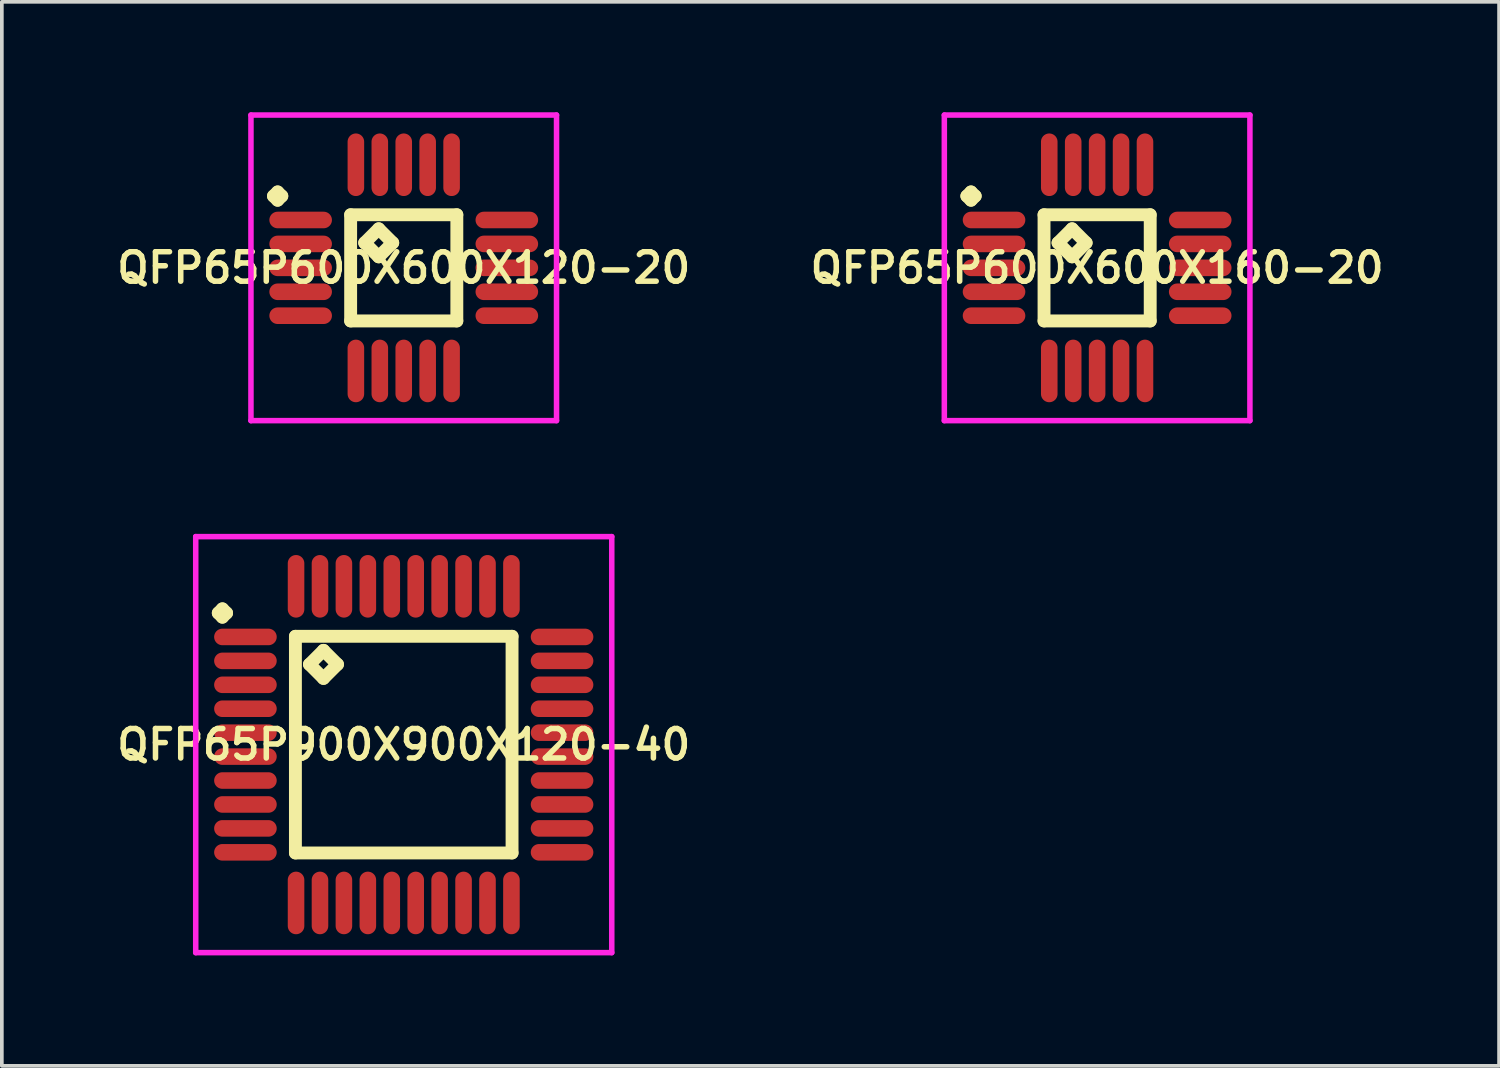
<source format=kicad_pcb>
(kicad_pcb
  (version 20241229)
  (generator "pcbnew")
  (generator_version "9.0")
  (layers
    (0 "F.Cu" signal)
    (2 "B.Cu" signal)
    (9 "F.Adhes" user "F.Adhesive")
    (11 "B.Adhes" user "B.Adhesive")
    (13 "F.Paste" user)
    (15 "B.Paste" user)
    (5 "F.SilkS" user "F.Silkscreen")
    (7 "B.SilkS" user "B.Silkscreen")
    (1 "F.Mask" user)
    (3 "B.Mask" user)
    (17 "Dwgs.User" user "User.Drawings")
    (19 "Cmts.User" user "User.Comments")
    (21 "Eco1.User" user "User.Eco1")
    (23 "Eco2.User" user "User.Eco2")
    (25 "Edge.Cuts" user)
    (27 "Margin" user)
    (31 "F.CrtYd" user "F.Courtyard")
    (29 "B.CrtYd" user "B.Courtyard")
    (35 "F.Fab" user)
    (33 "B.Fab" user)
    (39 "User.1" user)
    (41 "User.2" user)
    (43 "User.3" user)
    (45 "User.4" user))
  (footprint "QFP65P900X900X120-40"
    (layer "F.Cu")
    (at 7.916 17.175)
    (property "Reference" "QFP65P900X900X120-40" (at 0 0 0) (layer "F.SilkS") (effects (font (size 0.8 0.8) (thickness 0.15))))
    (attr through_hole)
    (fp_line (start -5.037 -3.575) (end -4.925 -3.688) (stroke (width 0.35) (type solid)) (layer "F.SilkS"))
    (fp_line (start -4.925 -3.688) (end -4.812 -3.575) (stroke (width 0.35) (type solid)) (layer "F.SilkS"))
    (fp_line (start -4.925 -3.462) (end -5.037 -3.575) (stroke (width 0.35) (type solid)) (layer "F.SilkS"))
    (fp_line (start -4.812 -3.575) (end -4.925 -3.462) (stroke (width 0.35) (type solid)) (layer "F.SilkS"))
    (fp_line (start -2.942 -2.942) (end -2.942 2.942) (stroke (width 0.35) (type solid)) (layer "F.SilkS"))
    (fp_line (start -2.942 2.942) (end 2.942 2.942) (stroke (width 0.35) (type solid)) (layer "F.SilkS"))
    (fp_line (start -2.561 -2.18) (end -2.18 -2.561) (stroke (width 0.35) (type solid)) (layer "F.SilkS"))
    (fp_line (start -2.18 -2.561) (end -1.799 -2.18) (stroke (width 0.35) (type solid)) (layer "F.SilkS"))
    (fp_line (start -2.18 -1.799) (end -2.561 -2.18) (stroke (width 0.35) (type solid)) (layer "F.SilkS"))
    (fp_line (start -1.799 -2.18) (end -2.18 -1.799) (stroke (width 0.35) (type solid)) (layer "F.SilkS"))
    (fp_line (start 2.942 -2.942) (end -2.942 -2.942) (stroke (width 0.35) (type solid)) (layer "F.SilkS"))
    (fp_line (start 2.942 2.942) (end 2.942 -2.942) (stroke (width 0.35) (type solid)) (layer "F.SilkS"))
    (fp_line (start -5.65 -5.65) (end 5.65 -5.65) (stroke (width 0.15) (type solid)) (layer "F.CrtYd"))
    (fp_line (start -5.65 5.65) (end -5.65 -5.65) (stroke (width 0.15) (type solid)) (layer "F.CrtYd"))
    (fp_line (start 5.65 -5.65) (end 5.65 5.65) (stroke (width 0.15) (type solid)) (layer "F.CrtYd"))
    (fp_line (start 5.65 5.65) (end -5.65 5.65) (stroke (width 0.15) (type solid)) (layer "F.CrtYd"))
    (pad "1" smd oval (at -4.3 -2.925) (size 1.7 0.45) (layers "F.Cu" "F.Mask" "F.Paste"))
    (pad "2" smd oval (at -4.3 -2.275) (size 1.7 0.45) (layers "F.Cu" "F.Mask" "F.Paste"))
    (pad "3" smd oval (at -4.3 -1.625) (size 1.7 0.45) (layers "F.Cu" "F.Mask" "F.Paste"))
    (pad "4" smd oval (at -4.3 -0.975) (size 1.7 0.45) (layers "F.Cu" "F.Mask" "F.Paste"))
    (pad "5" smd oval (at -4.3 -0.325) (size 1.7 0.45) (layers "F.Cu" "F.Mask" "F.Paste"))
    (pad "6" smd oval (at -4.3 0.325) (size 1.7 0.45) (layers "F.Cu" "F.Mask" "F.Paste"))
    (pad "7" smd oval (at -4.3 0.975) (size 1.7 0.45) (layers "F.Cu" "F.Mask" "F.Paste"))
    (pad "8" smd oval (at -4.3 1.625) (size 1.7 0.45) (layers "F.Cu" "F.Mask" "F.Paste"))
    (pad "9" smd oval (at -4.3 2.275) (size 1.7 0.45) (layers "F.Cu" "F.Mask" "F.Paste"))
    (pad "10" smd oval (at -4.3 2.925) (size 1.7 0.45) (layers "F.Cu" "F.Mask" "F.Paste"))
    (pad "11" smd oval (at -2.925 4.3) (size 0.45 1.7) (layers "F.Cu" "F.Mask" "F.Paste"))
    (pad "12" smd oval (at -2.275 4.3) (size 0.45 1.7) (layers "F.Cu" "F.Mask" "F.Paste"))
    (pad "13" smd oval (at -1.625 4.3) (size 0.45 1.7) (layers "F.Cu" "F.Mask" "F.Paste"))
    (pad "14" smd oval (at -0.975 4.3) (size 0.45 1.7) (layers "F.Cu" "F.Mask" "F.Paste"))
    (pad "15" smd oval (at -0.325 4.3) (size 0.45 1.7) (layers "F.Cu" "F.Mask" "F.Paste"))
    (pad "16" smd oval (at 0.325 4.3) (size 0.45 1.7) (layers "F.Cu" "F.Mask" "F.Paste"))
    (pad "17" smd oval (at 0.975 4.3) (size 0.45 1.7) (layers "F.Cu" "F.Mask" "F.Paste"))
    (pad "18" smd oval (at 1.625 4.3) (size 0.45 1.7) (layers "F.Cu" "F.Mask" "F.Paste"))
    (pad "19" smd oval (at 2.275 4.3) (size 0.45 1.7) (layers "F.Cu" "F.Mask" "F.Paste"))
    (pad "20" smd oval (at 2.925 4.3) (size 0.45 1.7) (layers "F.Cu" "F.Mask" "F.Paste"))
    (pad "21" smd oval (at 4.3 2.925) (size 1.7 0.45) (layers "F.Cu" "F.Mask" "F.Paste"))
    (pad "22" smd oval (at 4.3 2.275) (size 1.7 0.45) (layers "F.Cu" "F.Mask" "F.Paste"))
    (pad "23" smd oval (at 4.3 1.625) (size 1.7 0.45) (layers "F.Cu" "F.Mask" "F.Paste"))
    (pad "24" smd oval (at 4.3 0.975) (size 1.7 0.45) (layers "F.Cu" "F.Mask" "F.Paste"))
    (pad "25" smd oval (at 4.3 0.325) (size 1.7 0.45) (layers "F.Cu" "F.Mask" "F.Paste"))
    (pad "26" smd oval (at 4.3 -0.325) (size 1.7 0.45) (layers "F.Cu" "F.Mask" "F.Paste"))
    (pad "27" smd oval (at 4.3 -0.975) (size 1.7 0.45) (layers "F.Cu" "F.Mask" "F.Paste"))
    (pad "28" smd oval (at 4.3 -1.625) (size 1.7 0.45) (layers "F.Cu" "F.Mask" "F.Paste"))
    (pad "29" smd oval (at 4.3 -2.275) (size 1.7 0.45) (layers "F.Cu" "F.Mask" "F.Paste"))
    (pad "30" smd oval (at 4.3 -2.925) (size 1.7 0.45) (layers "F.Cu" "F.Mask" "F.Paste"))
    (pad "31" smd oval (at 2.925 -4.3) (size 0.45 1.7) (layers "F.Cu" "F.Mask" "F.Paste"))
    (pad "32" smd oval (at 2.275 -4.3) (size 0.45 1.7) (layers "F.Cu" "F.Mask" "F.Paste"))
    (pad "33" smd oval (at 1.625 -4.3) (size 0.45 1.7) (layers "F.Cu" "F.Mask" "F.Paste"))
    (pad "34" smd oval (at 0.975 -4.3) (size 0.45 1.7) (layers "F.Cu" "F.Mask" "F.Paste"))
    (pad "35" smd oval (at 0.325 -4.3) (size 0.45 1.7) (layers "F.Cu" "F.Mask" "F.Paste"))
    (pad "36" smd oval (at -0.325 -4.3) (size 0.45 1.7) (layers "F.Cu" "F.Mask" "F.Paste"))
    (pad "37" smd oval (at -0.975 -4.3) (size 0.45 1.7) (layers "F.Cu" "F.Mask" "F.Paste"))
    (pad "38" smd oval (at -1.625 -4.3) (size 0.45 1.7) (layers "F.Cu" "F.Mask" "F.Paste"))
    (pad "39" smd oval (at -2.275 -4.3) (size 0.45 1.7) (layers "F.Cu" "F.Mask" "F.Paste"))
    (pad "40" smd oval (at -2.925 -4.3) (size 0.45 1.7) (layers "F.Cu" "F.Mask" "F.Paste")))
  (footprint "QFP65P600X600X120-20"
    (layer "F.Cu")
    (at 7.916 4.225)
    (property "Reference" "QFP65P600X600X120-20" (at 0 0 0) (layer "F.SilkS") (effects (font (size 0.8 0.8) (thickness 0.15))))
    (attr smd)
    (fp_line (start -3.538 -1.95) (end -3.425 -2.062) (stroke (width 0.35) (type solid)) (layer "F.SilkS"))
    (fp_line (start -3.425 -2.062) (end -3.312 -1.95) (stroke (width 0.35) (type solid)) (layer "F.SilkS"))
    (fp_line (start -3.425 -1.837) (end -3.538 -1.95) (stroke (width 0.35) (type solid)) (layer "F.SilkS"))
    (fp_line (start -3.312 -1.95) (end -3.425 -1.837) (stroke (width 0.35) (type solid)) (layer "F.SilkS"))
    (fp_line (start -1.442 -1.442) (end -1.442 1.442) (stroke (width 0.35) (type solid)) (layer "F.SilkS"))
    (fp_line (start -1.442 1.442) (end 1.442 1.442) (stroke (width 0.35) (type solid)) (layer "F.SilkS"))
    (fp_line (start -1.061 -0.68) (end -0.68 -1.061) (stroke (width 0.35) (type solid)) (layer "F.SilkS"))
    (fp_line (start -0.68 -1.061) (end -0.299 -0.68) (stroke (width 0.35) (type solid)) (layer "F.SilkS"))
    (fp_line (start -0.68 -0.299) (end -1.061 -0.68) (stroke (width 0.35) (type solid)) (layer "F.SilkS"))
    (fp_line (start -0.299 -0.68) (end -0.68 -0.299) (stroke (width 0.35) (type solid)) (layer "F.SilkS"))
    (fp_line (start 1.442 -1.442) (end -1.442 -1.442) (stroke (width 0.35) (type solid)) (layer "F.SilkS"))
    (fp_line (start 1.442 1.442) (end 1.442 -1.442) (stroke (width 0.35) (type solid)) (layer "F.SilkS"))
    (fp_line (start -4.15 -4.15) (end 4.15 -4.15) (stroke (width 0.15) (type solid)) (layer "F.CrtYd"))
    (fp_line (start -4.15 4.15) (end -4.15 -4.15) (stroke (width 0.15) (type solid)) (layer "F.CrtYd"))
    (fp_line (start 4.15 -4.15) (end 4.15 4.15) (stroke (width 0.15) (type solid)) (layer "F.CrtYd"))
    (fp_line (start 4.15 4.15) (end -4.15 4.15) (stroke (width 0.15) (type solid)) (layer "F.CrtYd"))
    (pad "1" smd oval (at -2.8 -1.3) (size 1.7 0.45) (layers "F.Cu" "F.Mask" "F.Paste"))
    (pad "2" smd oval (at -2.8 -0.65) (size 1.7 0.45) (layers "F.Cu" "F.Mask" "F.Paste"))
    (pad "3" smd oval (at -2.8 0) (size 1.7 0.45) (layers "F.Cu" "F.Mask" "F.Paste"))
    (pad "4" smd oval (at -2.8 0.65) (size 1.7 0.45) (layers "F.Cu" "F.Mask" "F.Paste"))
    (pad "5" smd oval (at -2.8 1.3) (size 1.7 0.45) (layers "F.Cu" "F.Mask" "F.Paste"))
    (pad "6" smd oval (at -1.3 2.8) (size 0.45 1.7) (layers "F.Cu" "F.Mask" "F.Paste"))
    (pad "7" smd oval (at -0.65 2.8) (size 0.45 1.7) (layers "F.Cu" "F.Mask" "F.Paste"))
    (pad "8" smd oval (at 0 2.8) (size 0.45 1.7) (layers "F.Cu" "F.Mask" "F.Paste"))
    (pad "9" smd oval (at 0.65 2.8) (size 0.45 1.7) (layers "F.Cu" "F.Mask" "F.Paste"))
    (pad "10" smd oval (at 1.3 2.8) (size 0.45 1.7) (layers "F.Cu" "F.Mask" "F.Paste"))
    (pad "11" smd oval (at 2.8 1.3) (size 1.7 0.45) (layers "F.Cu" "F.Mask" "F.Paste"))
    (pad "12" smd oval (at 2.8 0.65) (size 1.7 0.45) (layers "F.Cu" "F.Mask" "F.Paste"))
    (pad "13" smd oval (at 2.8 0) (size 1.7 0.45) (layers "F.Cu" "F.Mask" "F.Paste"))
    (pad "14" smd oval (at 2.8 -0.65) (size 1.7 0.45) (layers "F.Cu" "F.Mask" "F.Paste"))
    (pad "15" smd oval (at 2.8 -1.3) (size 1.7 0.45) (layers "F.Cu" "F.Mask" "F.Paste"))
    (pad "16" smd oval (at 1.3 -2.8) (size 0.45 1.7) (layers "F.Cu" "F.Mask" "F.Paste"))
    (pad "17" smd oval (at 0.65 -2.8) (size 0.45 1.7) (layers "F.Cu" "F.Mask" "F.Paste"))
    (pad "18" smd oval (at 0 -2.8) (size 0.45 1.7) (layers "F.Cu" "F.Mask" "F.Paste"))
    (pad "19" smd oval (at -0.65 -2.8) (size 0.45 1.7) (layers "F.Cu" "F.Mask" "F.Paste"))
    (pad "20" smd oval (at -1.3 -2.8) (size 0.45 1.7) (layers "F.Cu" "F.Mask" "F.Paste")))
  (footprint "QFP65P600X600X160-20"
    (layer "F.Cu")
    (at 26.749 4.225)
    (property "Reference" "QFP65P600X600X160-20" (at 0 0 0) (layer "F.SilkS") (effects (font (size 0.8 0.8) (thickness 0.15))))
    (attr smd)
    (fp_line (start -3.538 -1.95) (end -3.425 -2.062) (stroke (width 0.35) (type solid)) (layer "F.SilkS"))
    (fp_line (start -3.425 -2.062) (end -3.312 -1.95) (stroke (width 0.35) (type solid)) (layer "F.SilkS"))
    (fp_line (start -3.425 -1.837) (end -3.538 -1.95) (stroke (width 0.35) (type solid)) (layer "F.SilkS"))
    (fp_line (start -3.312 -1.95) (end -3.425 -1.837) (stroke (width 0.35) (type solid)) (layer "F.SilkS"))
    (fp_line (start -1.442 -1.442) (end -1.442 1.442) (stroke (width 0.35) (type solid)) (layer "F.SilkS"))
    (fp_line (start -1.442 1.442) (end 1.442 1.442) (stroke (width 0.35) (type solid)) (layer "F.SilkS"))
    (fp_line (start -1.061 -0.68) (end -0.68 -1.061) (stroke (width 0.35) (type solid)) (layer "F.SilkS"))
    (fp_line (start -0.68 -1.061) (end -0.299 -0.68) (stroke (width 0.35) (type solid)) (layer "F.SilkS"))
    (fp_line (start -0.68 -0.299) (end -1.061 -0.68) (stroke (width 0.35) (type solid)) (layer "F.SilkS"))
    (fp_line (start -0.299 -0.68) (end -0.68 -0.299) (stroke (width 0.35) (type solid)) (layer "F.SilkS"))
    (fp_line (start 1.442 -1.442) (end -1.442 -1.442) (stroke (width 0.35) (type solid)) (layer "F.SilkS"))
    (fp_line (start 1.442 1.442) (end 1.442 -1.442) (stroke (width 0.35) (type solid)) (layer "F.SilkS"))
    (fp_line (start -4.15 -4.15) (end 4.15 -4.15) (stroke (width 0.15) (type solid)) (layer "F.CrtYd"))
    (fp_line (start -4.15 4.15) (end -4.15 -4.15) (stroke (width 0.15) (type solid)) (layer "F.CrtYd"))
    (fp_line (start 4.15 -4.15) (end 4.15 4.15) (stroke (width 0.15) (type solid)) (layer "F.CrtYd"))
    (fp_line (start 4.15 4.15) (end -4.15 4.15) (stroke (width 0.15) (type solid)) (layer "F.CrtYd"))
    (pad "1" smd oval (at -2.8 -1.3) (size 1.7 0.45) (layers "F.Cu" "F.Mask" "F.Paste"))
    (pad "2" smd oval (at -2.8 -0.65) (size 1.7 0.45) (layers "F.Cu" "F.Mask" "F.Paste"))
    (pad "3" smd oval (at -2.8 0) (size 1.7 0.45) (layers "F.Cu" "F.Mask" "F.Paste"))
    (pad "4" smd oval (at -2.8 0.65) (size 1.7 0.45) (layers "F.Cu" "F.Mask" "F.Paste"))
    (pad "5" smd oval (at -2.8 1.3) (size 1.7 0.45) (layers "F.Cu" "F.Mask" "F.Paste"))
    (pad "6" smd oval (at -1.3 2.8) (size 0.45 1.7) (layers "F.Cu" "F.Mask" "F.Paste"))
    (pad "7" smd oval (at -0.65 2.8) (size 0.45 1.7) (layers "F.Cu" "F.Mask" "F.Paste"))
    (pad "8" smd oval (at 0 2.8) (size 0.45 1.7) (layers "F.Cu" "F.Mask" "F.Paste"))
    (pad "9" smd oval (at 0.65 2.8) (size 0.45 1.7) (layers "F.Cu" "F.Mask" "F.Paste"))
    (pad "10" smd oval (at 1.3 2.8) (size 0.45 1.7) (layers "F.Cu" "F.Mask" "F.Paste"))
    (pad "11" smd oval (at 2.8 1.3) (size 1.7 0.45) (layers "F.Cu" "F.Mask" "F.Paste"))
    (pad "12" smd oval (at 2.8 0.65) (size 1.7 0.45) (layers "F.Cu" "F.Mask" "F.Paste"))
    (pad "13" smd oval (at 2.8 0) (size 1.7 0.45) (layers "F.Cu" "F.Mask" "F.Paste"))
    (pad "14" smd oval (at 2.8 -0.65) (size 1.7 0.45) (layers "F.Cu" "F.Mask" "F.Paste"))
    (pad "15" smd oval (at 2.8 -1.3) (size 1.7 0.45) (layers "F.Cu" "F.Mask" "F.Paste"))
    (pad "16" smd oval (at 1.3 -2.8) (size 0.45 1.7) (layers "F.Cu" "F.Mask" "F.Paste"))
    (pad "17" smd oval (at 0.65 -2.8) (size 0.45 1.7) (layers "F.Cu" "F.Mask" "F.Paste"))
    (pad "18" smd oval (at 0 -2.8) (size 0.45 1.7) (layers "F.Cu" "F.Mask" "F.Paste"))
    (pad "19" smd oval (at -0.65 -2.8) (size 0.45 1.7) (layers "F.Cu" "F.Mask" "F.Paste"))
    (pad "20" smd oval (at -1.3 -2.8) (size 0.45 1.7) (layers "F.Cu" "F.Mask" "F.Paste")))
  (gr_rect
    (start -3 -3)
    (end 37.666 25.9)
    (stroke (width 0.1) (type default))
    (fill no)
    (layer "Edge.Cuts")))
</source>
